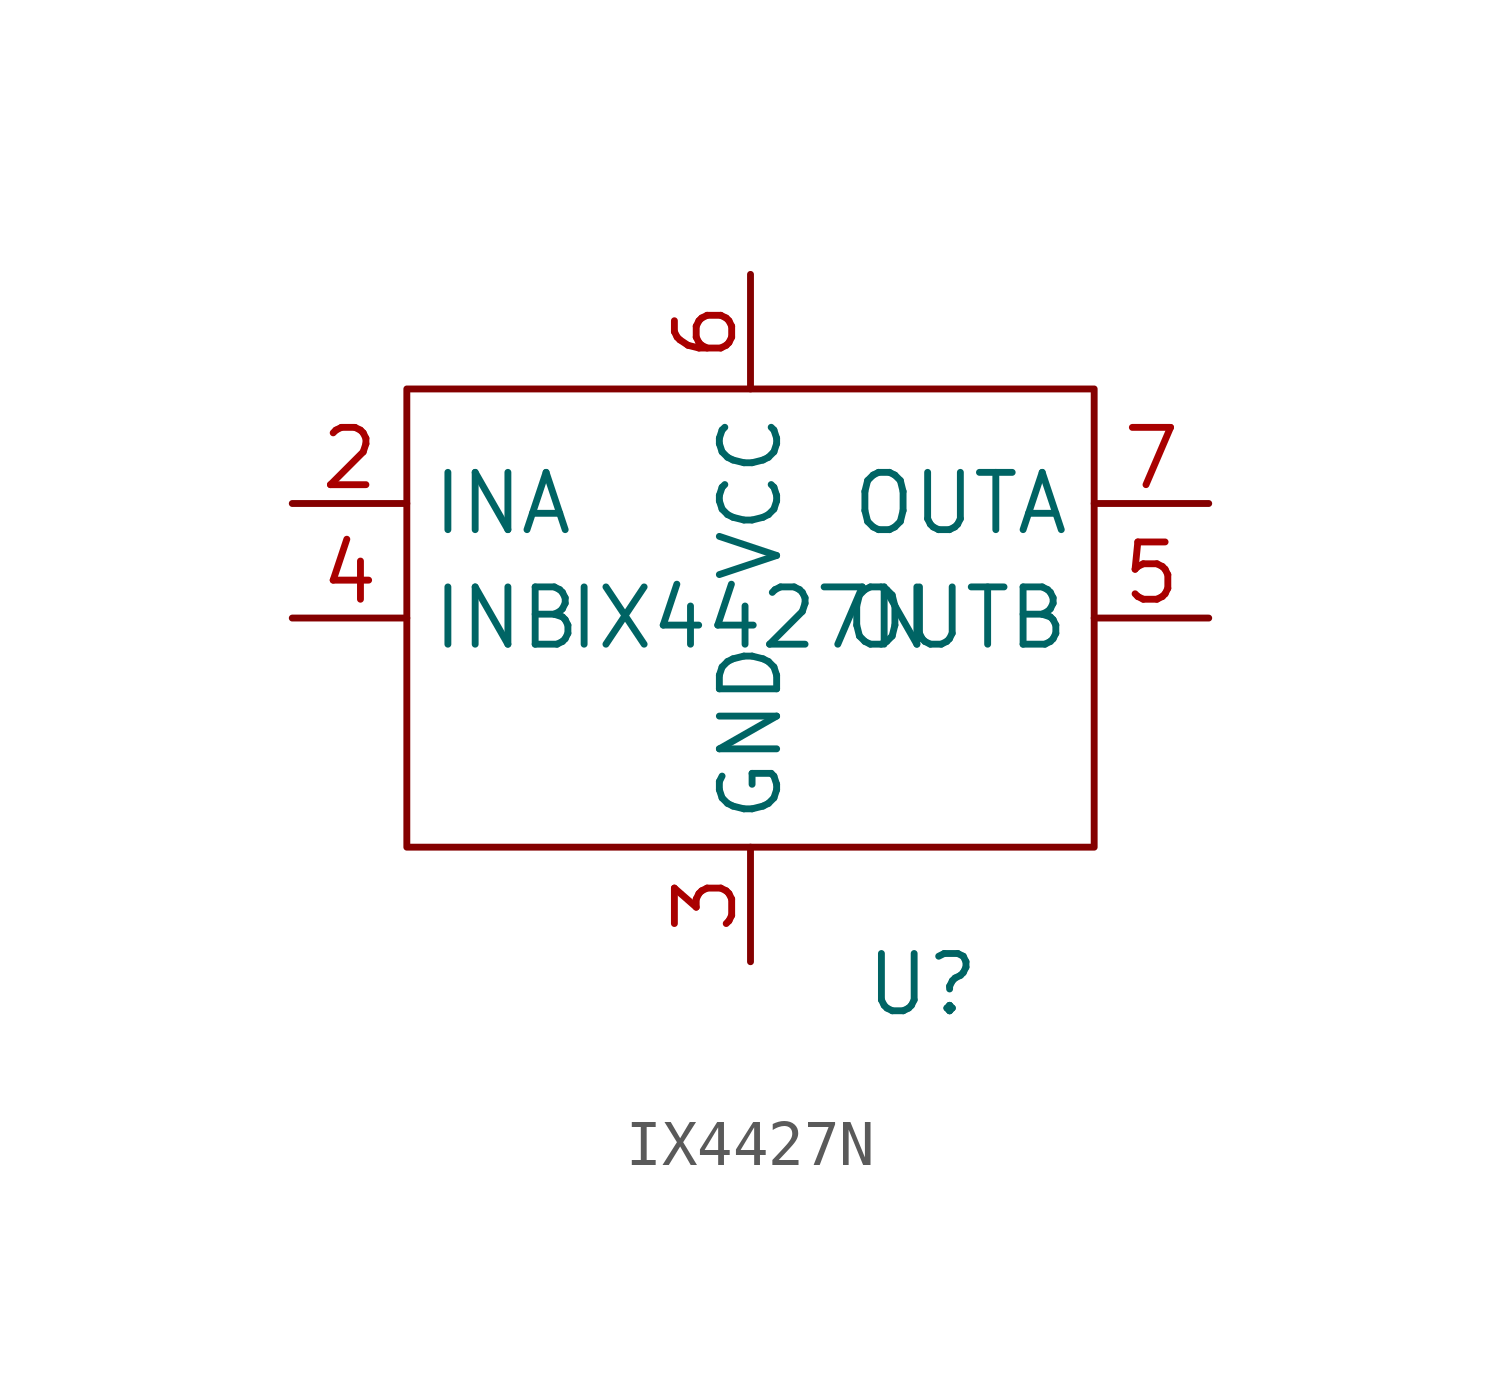
<source format=kicad_sym>
(kicad_symbol_lib
  (version 20231120)
  (generator "kicad_symbol_editor")
  (generator_version "8.0")
  (symbol "IX4427N"
    (property "Reference" "U"
      (at 3.81 -8.128 0)
      (effects (font (size 1.27 1.27))))
    (property "Value" "IX4427N"
      (at 0 0 0)
      (effects (font (size 1.27 1.27))))
    (symbol "IX4427N_0_1"
      (rectangle (start -7.62 5.08) (end 7.62 -5.08) (stroke (width 0) (type default)) (fill (type none))))
    (symbol "IX4427N_1_1"
      (pin no_connect line (at -10.16 5.08 0) (length 2.54) hide (name "NC" (effects (font (size 1.27 1.27)))) (number "1" (effects (font (size 1.27 1.27)))))
      (pin input line (at -10.16 2.54 0) (length 2.54) (name "INA" (effects (font (size 1.27 1.27)))) (number "2" (effects (font (size 1.27 1.27)))))
      (pin passive line (at 0 -7.62 90) (length 2.54) (name "GND" (effects (font (size 1.27 1.27)))) (number "3" (effects (font (size 1.27 1.27)))))
      (pin input line (at -10.16 0 0) (length 2.54) (name "INB" (effects (font (size 1.27 1.27)))) (number "4" (effects (font (size 1.27 1.27)))))
      (pin output line (at 10.16 0 180) (length 2.54) (name "OUTB" (effects (font (size 1.27 1.27)))) (number "5" (effects (font (size 1.27 1.27)))))
      (pin output line (at 0 7.62 270) (length 2.54) (name "VCC" (effects (font (size 1.27 1.27)))) (number "6" (effects (font (size 1.27 1.27)))))
      (pin output line (at 10.16 2.54 180) (length 2.54) (name "OUTA" (effects (font (size 1.27 1.27)))) (number "7" (effects (font (size 1.27 1.27)))))
      (pin no_connect line (at -10.16 5.08 0) (length 2.54) hide (name "NC" (effects (font (size 1.27 1.27)))) (number "8" (effects (font (size 1.27 1.27))))))))
</source>
